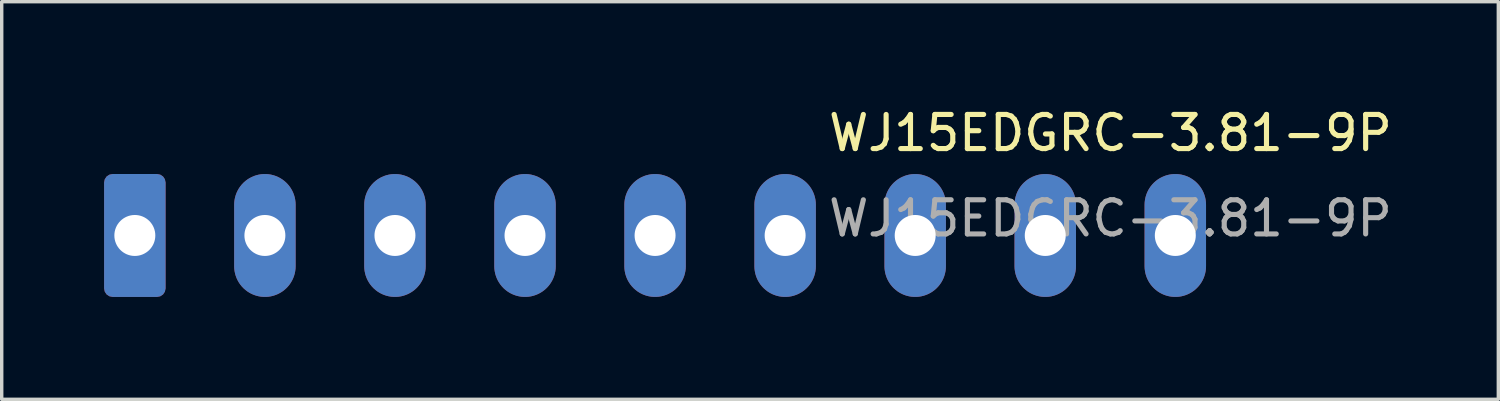
<source format=kicad_pcb>
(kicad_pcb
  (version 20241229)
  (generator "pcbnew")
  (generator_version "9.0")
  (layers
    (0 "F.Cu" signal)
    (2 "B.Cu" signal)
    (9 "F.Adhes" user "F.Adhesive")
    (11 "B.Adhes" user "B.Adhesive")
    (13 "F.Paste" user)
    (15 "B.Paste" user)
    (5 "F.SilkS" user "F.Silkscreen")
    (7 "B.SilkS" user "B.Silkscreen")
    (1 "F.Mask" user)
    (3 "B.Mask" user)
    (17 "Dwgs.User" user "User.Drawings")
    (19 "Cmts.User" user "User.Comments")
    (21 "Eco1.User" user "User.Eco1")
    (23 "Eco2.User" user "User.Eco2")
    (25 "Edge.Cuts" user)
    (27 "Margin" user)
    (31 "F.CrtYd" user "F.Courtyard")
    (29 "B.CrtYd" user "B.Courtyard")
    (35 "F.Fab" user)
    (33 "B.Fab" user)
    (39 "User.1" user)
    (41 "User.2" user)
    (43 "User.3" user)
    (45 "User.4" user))
  (footprint "WJ15EDGRC-3.81-9P"
    (layer "F.Cu")
    (at 0.9 3.848)
    (property "Reference" "WJ15EDGRC-3.81-9P" (at 28.58 -3 0) (layer "F.SilkS") (effects (font (size 1 1) (thickness 0.15))))
    (attr through_hole)
    (fp_text user "${REFERENCE}" (at 28.58 -0.5 0) (layer "F.Fab") (effects (font (size 1 1) (thickness 0.15))))
    (pad "1" thru_hole roundrect (at 0 0) (size 1.8 3.6) (drill 1.2) (layers "*.Cu" "*.Mask") (roundrect_rratio 0.139))
    (pad "2" thru_hole oval (at 3.81 0) (size 1.8 3.6) (drill 1.2) (layers "*.Cu" "*.Mask"))
    (pad "3" thru_hole oval (at 7.62 0) (size 1.8 3.6) (drill 1.2) (layers "*.Cu" "*.Mask"))
    (pad "4" thru_hole oval (at 11.43 0) (size 1.8 3.6) (drill 1.2) (layers "*.Cu" "*.Mask"))
    (pad "5" thru_hole oval (at 15.24 0) (size 1.8 3.6) (drill 1.2) (layers "*.Cu" "*.Mask"))
    (pad "6" thru_hole oval (at 19.05 0) (size 1.8 3.6) (drill 1.2) (layers "*.Cu" "*.Mask"))
    (pad "7" thru_hole oval (at 22.86 0) (size 1.8 3.6) (drill 1.2) (layers "*.Cu" "*.Mask"))
    (pad "8" thru_hole oval (at 26.67 0) (size 1.8 3.6) (drill 1.2) (layers "*.Cu" "*.Mask"))
    (pad "9" thru_hole oval (at 30.48 0) (size 1.8 3.6) (drill 1.2) (layers "*.Cu" "*.Mask")))
  (gr_rect
    (start -3 -3)
    (end 40.843 8.648)
    (stroke (width 0.1) (type default))
    (fill no)
    (layer "Edge.Cuts")))
</source>
